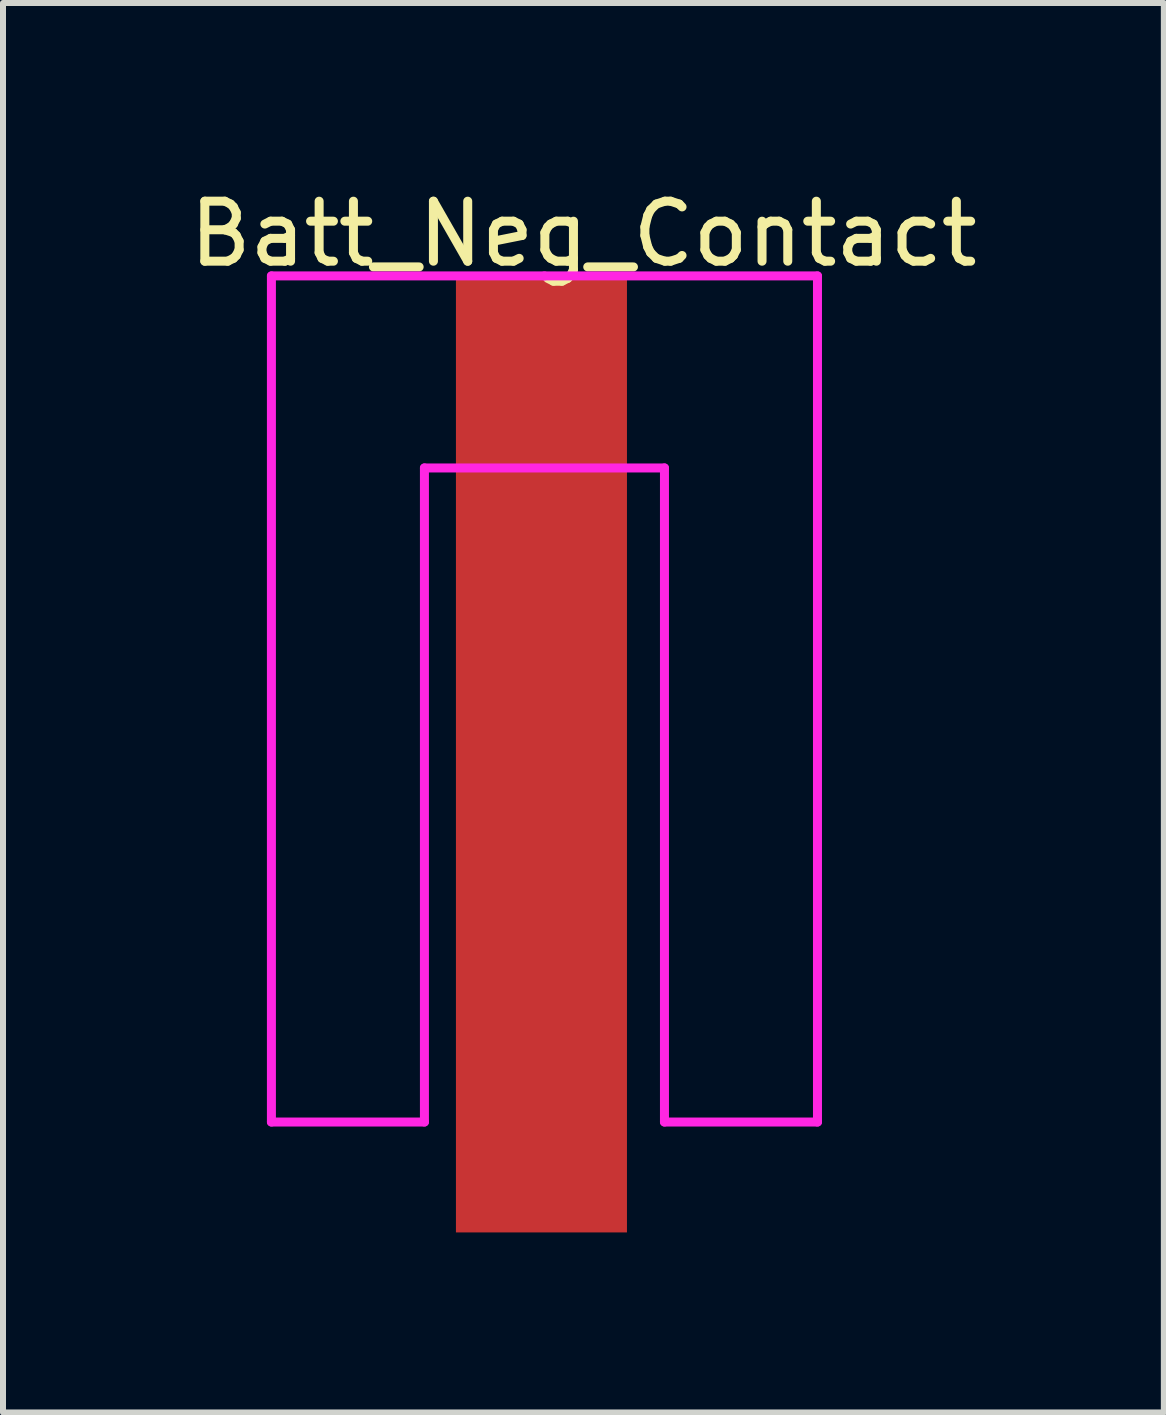
<source format=kicad_pcb>
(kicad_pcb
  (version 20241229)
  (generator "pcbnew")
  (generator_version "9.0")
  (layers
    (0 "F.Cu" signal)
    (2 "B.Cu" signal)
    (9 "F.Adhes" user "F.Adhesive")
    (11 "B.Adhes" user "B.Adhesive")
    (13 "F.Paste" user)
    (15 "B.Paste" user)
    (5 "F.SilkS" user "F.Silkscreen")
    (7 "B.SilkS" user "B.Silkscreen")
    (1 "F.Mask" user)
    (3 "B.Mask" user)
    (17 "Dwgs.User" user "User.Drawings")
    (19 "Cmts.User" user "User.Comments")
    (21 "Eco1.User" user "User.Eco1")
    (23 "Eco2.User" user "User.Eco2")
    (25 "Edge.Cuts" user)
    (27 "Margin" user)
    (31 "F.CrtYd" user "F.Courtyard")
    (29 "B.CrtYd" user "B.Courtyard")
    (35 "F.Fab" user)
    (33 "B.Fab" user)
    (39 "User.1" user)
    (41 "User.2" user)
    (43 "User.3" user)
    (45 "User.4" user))
  (footprint "Batt_Neg_Contact"
    (layer "F.Cu")
    (at 6.023 6.898)
    (property "Reference" "Batt_Neg_Contact" (at 0.65 -6.05 0) (layer "F.SilkS") (effects (font (size 1 1) (thickness 0.15))))
    (attr through_hole)
    (fp_line (start -4.55 -5.35) (end -4.55 8.75) (stroke (width 0.15) (type solid)) (layer "F.CrtYd"))
    (fp_line (start -4.55 8.75) (end -2 8.75) (stroke (width 0.15) (type solid)) (layer "F.CrtYd"))
    (fp_line (start -2 -2.15) (end 2 -2.15) (stroke (width 0.15) (type solid)) (layer "F.CrtYd"))
    (fp_line (start -2 8.75) (end -2 -2.15) (stroke (width 0.15) (type solid)) (layer "F.CrtYd"))
    (fp_line (start 0 -5.35) (end -4.55 -5.35) (stroke (width 0.15) (type solid)) (layer "F.CrtYd"))
    (fp_line (start 2 -2.15) (end 2 8.75) (stroke (width 0.15) (type solid)) (layer "F.CrtYd"))
    (fp_line (start 2 8.75) (end 4.55 8.75) (stroke (width 0.15) (type solid)) (layer "F.CrtYd"))
    (fp_line (start 4.55 -5.35) (end 0 -5.35) (stroke (width 0.15) (type solid)) (layer "F.CrtYd"))
    (fp_line (start 4.55 8.75) (end 4.55 -5.35) (stroke (width 0.15) (type solid)) (layer "F.CrtYd"))
    (pad "1" smd rect (at -0.05 2.65) (size 2.85 15.88) (layers "F.Cu" "F.Mask" "F.Paste")))
  (gr_rect
    (start -3 -3)
    (end 16.345 20.488)
    (stroke (width 0.1) (type default))
    (fill no)
    (layer "Edge.Cuts")))
</source>
